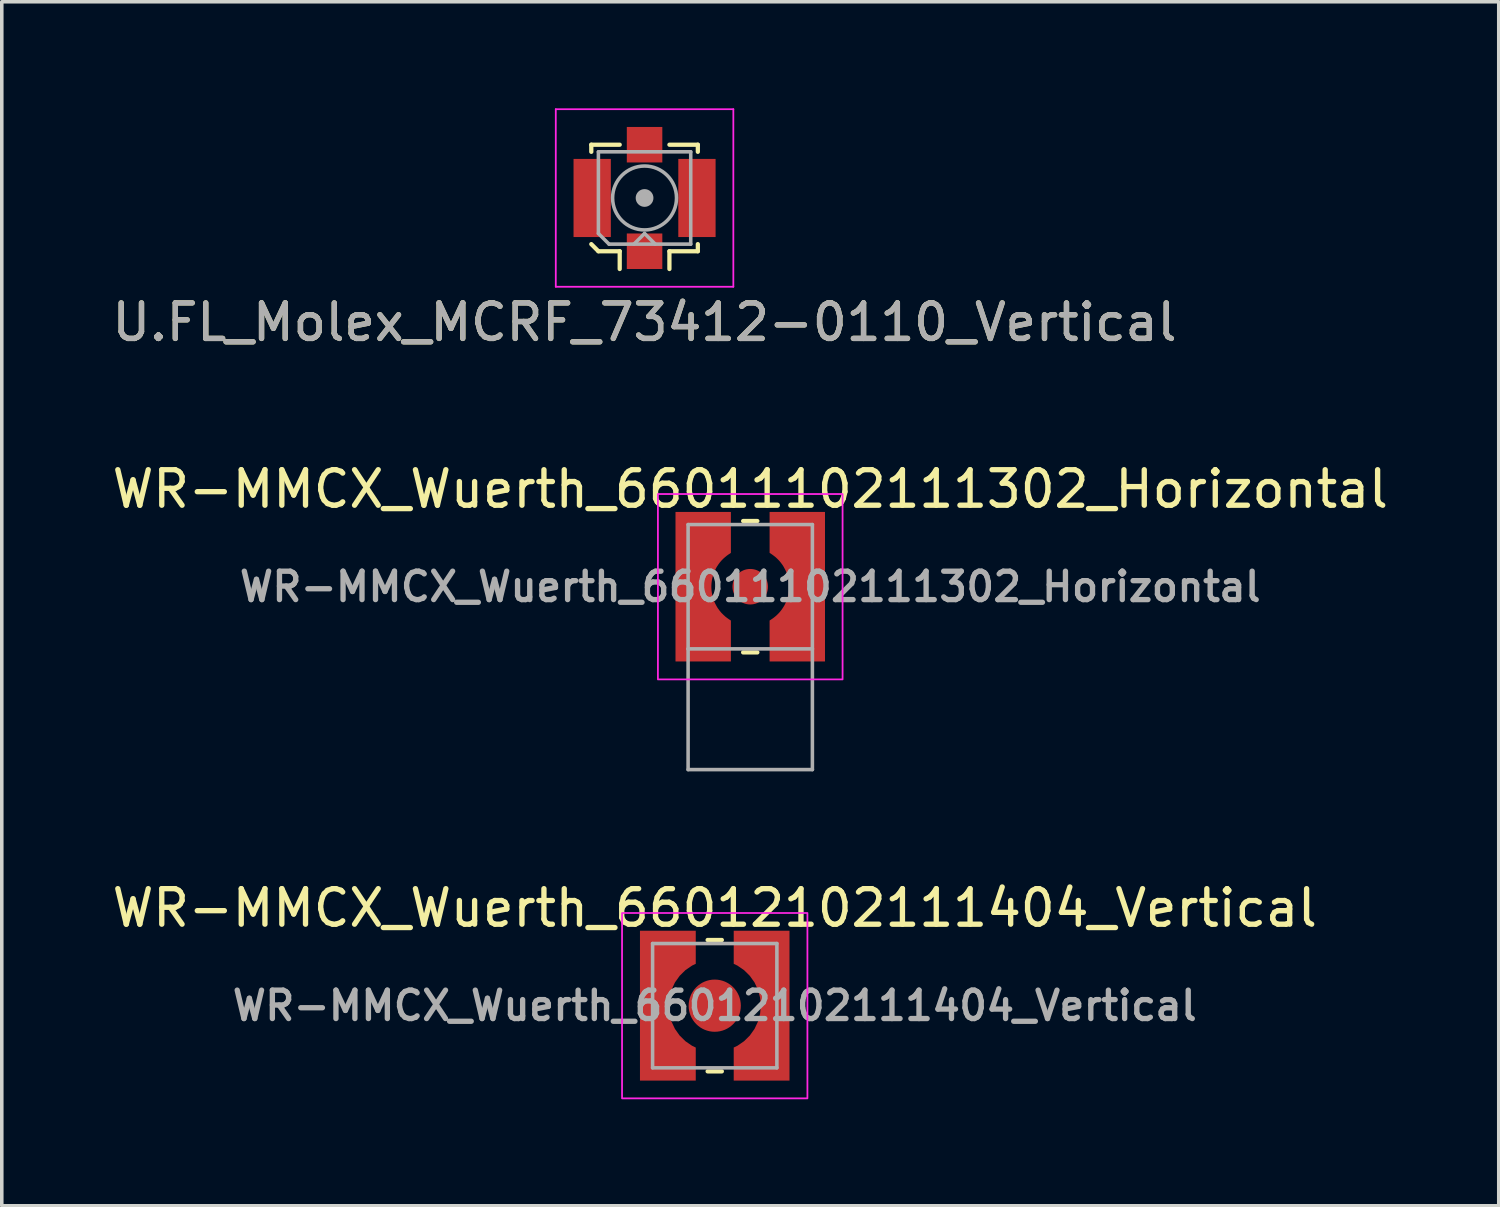
<source format=kicad_pcb>
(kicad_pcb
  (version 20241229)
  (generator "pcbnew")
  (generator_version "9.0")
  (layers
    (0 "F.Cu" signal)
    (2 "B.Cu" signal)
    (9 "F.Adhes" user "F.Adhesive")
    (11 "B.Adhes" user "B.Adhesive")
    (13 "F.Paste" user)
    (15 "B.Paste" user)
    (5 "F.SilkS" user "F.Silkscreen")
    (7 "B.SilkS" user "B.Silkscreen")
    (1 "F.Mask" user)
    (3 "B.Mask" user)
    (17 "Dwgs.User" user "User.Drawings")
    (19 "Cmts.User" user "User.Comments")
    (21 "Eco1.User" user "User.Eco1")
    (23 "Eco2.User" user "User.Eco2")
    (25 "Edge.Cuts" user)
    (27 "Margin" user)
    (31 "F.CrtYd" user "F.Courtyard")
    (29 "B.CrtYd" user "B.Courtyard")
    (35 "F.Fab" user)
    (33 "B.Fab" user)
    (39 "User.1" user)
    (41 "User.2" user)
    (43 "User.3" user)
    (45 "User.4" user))
  (footprint "WR-MMCX_Wuerth_66012102111404_Vertical"
    (layer "F.Cu")
    (at 17.077 25.27)
    (property "Reference" "WR-MMCX_Wuerth_66012102111404_Vertical" (at 0 -2.75 0) (unlocked yes) (layer "F.SilkS") (effects (font (size 1 1) (thickness 0.15))))
    (attr smd)
    (fp_line (start -0.2 -1.85) (end 0.2 -1.85) (stroke (width 0.12) (type solid)) (layer "F.SilkS"))
    (fp_line (start 0.2 1.85) (end -0.2 1.85) (stroke (width 0.12) (type solid)) (layer "F.SilkS"))
    (fp_poly (pts (xy -0.535 -1.179) (xy -0.535 -2.11) (xy -2.105 -2.11) (xy -2.105 -0.535) (xy -1.179 -0.535) (xy -1.129 -0.64) (xy -0.996 -0.832) (xy -0.832 -0.996) (xy -0.64 -1.129)) (stroke (width 0.001) (type solid)) (fill yes) (layer "F.Paste"))
    (fp_poly (pts (xy -0.535 1.179) (xy -0.64 1.129) (xy -0.832 0.996) (xy -0.996 0.832) (xy -1.129 0.64) (xy -1.179 0.535) (xy -2.105 0.535) (xy -2.105 2.11) (xy -0.535 2.11)) (stroke (width 0.001) (type solid)) (fill yes) (layer "F.Paste"))
    (fp_poly (pts (xy 0.996 -0.832) (xy 1.129 -0.64) (xy 1.179 -0.535) (xy 2.105 -0.535) (xy 2.105 -2.11) (xy 0.535 -2.11) (xy 0.535 -1.179) (xy 0.64 -1.129) (xy 0.832 -0.996)) (stroke (width 0.001) (type solid)) (fill yes) (layer "F.Paste"))
    (fp_poly (pts (xy 1.129 0.64) (xy 0.996 0.832) (xy 0.832 0.996) (xy 0.64 1.129) (xy 0.535 1.179) (xy 0.535 2.11) (xy 2.105 2.11) (xy 2.105 0.535) (xy 1.179 0.535)) (stroke (width 0.001) (type solid)) (fill yes) (layer "F.Paste"))
    (fp_rect (start -2.61 -2.61) (end 2.61 2.61) (stroke (width 0.05) (type default)) (fill no) (layer "F.CrtYd"))
    (fp_line (start -1.75 -1.75) (end 1.75 -1.75) (stroke (width 0.1) (type solid)) (layer "F.Fab"))
    (fp_line (start -1.75 1.75) (end -1.75 -1.75) (stroke (width 0.1) (type solid)) (layer "F.Fab"))
    (fp_line (start 1.75 -1.75) (end 1.75 1.75) (stroke (width 0.1) (type solid)) (layer "F.Fab"))
    (fp_line (start 1.75 1.75) (end -1.75 1.75) (stroke (width 0.1) (type solid)) (layer "F.Fab"))
    (fp_text user "${REFERENCE}" (at 0 0 0) (unlocked yes) (layer "F.Fab") (effects (font (size 0.8 0.8) (thickness 0.15))))
    (pad "1" smd circle (at 0 0) (size 1.47 1.47) (layers "F.Cu" "F.Mask" "F.Paste"))
    (pad "2" smd custom (at -1.71 0) (size 0.5 0.5) (layers "F.Cu" "F.Mask") (options (anchor circle)) (primitives (gr_poly (pts (xy -0.395 -2.11) (xy -0.395 2.11) (xy 1.175 2.11) (xy 1.175 1.179) (xy 1.072 1.13) (xy 0.884 1.001) (xy 0.721 0.84) (xy 0.589 0.654) (xy 0.492 0.448) (xy 0.432 0.227) (xy 0.412 0) (xy 0.432 -0.227) (xy 0.492 -0.448) (xy 0.589 -0.654) (xy 0.721 -0.84) (xy 0.884 -1.001) (xy 1.072 -1.13) (xy 1.175 -1.179) (xy 1.175 -2.11)) (width 0.001) (fill yes))))
    (pad "2" smd custom (at 1.67 0) (size 0.5 0.5) (layers "F.Cu" "F.Mask") (options (anchor circle)) (primitives (gr_poly (pts (xy -0.452 -0.448) (xy -0.392 -0.227) (xy -0.372 0) (xy -0.392 0.227) (xy -0.452 0.448) (xy -0.549 0.654) (xy -0.681 0.84) (xy -0.844 1.001) (xy -1.032 1.13) (xy -1.135 1.179) (xy -1.135 2.11) (xy 0.435 2.11) (xy 0.435 -2.11) (xy -1.135 -2.11) (xy -1.135 -1.179) (xy -1.032 -1.13) (xy -0.844 -1.001) (xy -0.681 -0.84) (xy -0.549 -0.654)) (width 0.001) (fill yes)))))
  (footprint "WR-MMCX_Wuerth_66011102111302_Horizontal"
    (layer "F.Cu")
    (at 18.077 13.472)
    (property "Reference" "WR-MMCX_Wuerth_66011102111302_Horizontal" (at 0 -2.75 0) (unlocked yes) (layer "F.SilkS") (effects (font (size 1 1) (thickness 0.15))))
    (attr smd)
    (fp_line (start -0.2 -1.85) (end 0.2 -1.85) (stroke (width 0.12) (type solid)) (layer "F.SilkS"))
    (fp_line (start 0.2 1.85) (end -0.2 1.85) (stroke (width 0.12) (type solid)) (layer "F.SilkS"))
    (fp_rect (start -2.6 -2.61) (end 2.6 2.61) (stroke (width 0.05) (type default)) (fill no) (layer "F.CrtYd"))
    (fp_line (start -1.75 -1.75) (end 1.75 -1.75) (stroke (width 0.1) (type solid)) (layer "F.Fab"))
    (fp_line (start -1.75 1.75) (end -1.75 -1.75) (stroke (width 0.1) (type solid)) (layer "F.Fab"))
    (fp_line (start -1.75 1.75) (end -1.75 5.15) (stroke (width 0.1) (type solid)) (layer "F.Fab"))
    (fp_line (start -1.75 5.15) (end 1.75 5.15) (stroke (width 0.1) (type solid)) (layer "F.Fab"))
    (fp_line (start 1.75 -1.75) (end 1.75 1.75) (stroke (width 0.1) (type solid)) (layer "F.Fab"))
    (fp_line (start 1.75 1.75) (end -1.75 1.75) (stroke (width 0.1) (type solid)) (layer "F.Fab"))
    (fp_line (start 1.75 5.15) (end 1.75 1.75) (stroke (width 0.1) (type solid)) (layer "F.Fab"))
    (fp_text user "${REFERENCE}" (at 0 0 0) (unlocked yes) (layer "F.Fab") (effects (font (size 0.8 0.8) (thickness 0.15))))
    (pad "" smd custom (at -1.6 -1.6 270) (size 0.5 0.5) (layers "F.Paste") (options (anchor rect)) (primitives (gr_poly (pts (xy -0.5 -1.05) (xy -0.5 0.5) (xy 1.05 0.5) (xy 1.05 -0.645) (xy 0.995 -0.68) (xy 0.94 -0.72) (xy 0.895 -0.755) (xy 0.845 -0.8) (xy 0.785 -0.86) (xy 0.735 -0.92) (xy 0.68 -0.995) (xy 0.65 -1.045) (xy 0.645 -1.05)) (width 0.01) (fill yes))))
    (pad "" smd custom (at -1.6 1.6) (size 0.5 0.5) (layers "F.Paste") (options (anchor rect)) (primitives (gr_poly (pts (xy -0.5 -1.05) (xy -0.5 0.5) (xy 1.05 0.5) (xy 1.05 -0.645) (xy 0.995 -0.68) (xy 0.94 -0.72) (xy 0.895 -0.755) (xy 0.845 -0.8) (xy 0.785 -0.86) (xy 0.735 -0.92) (xy 0.68 -0.995) (xy 0.65 -1.045) (xy 0.645 -1.05)) (width 0.01) (fill yes))))
    (pad "" smd custom (at 1.6 -1.6 180) (size 0.5 0.5) (layers "F.Paste") (options (anchor rect)) (primitives (gr_poly (pts (xy -0.5 -1.05) (xy -0.5 0.5) (xy 1.05 0.5) (xy 1.05 -0.645) (xy 0.995 -0.68) (xy 0.94 -0.72) (xy 0.895 -0.755) (xy 0.845 -0.8) (xy 0.785 -0.86) (xy 0.735 -0.92) (xy 0.68 -0.995) (xy 0.65 -1.045) (xy 0.645 -1.05)) (width 0.01) (fill yes))))
    (pad "" smd custom (at 1.6 1.6 90) (size 0.5 0.5) (layers "F.Paste") (options (anchor rect)) (primitives (gr_poly (pts (xy -0.5 -1.05) (xy -0.5 0.5) (xy 1.05 0.5) (xy 1.05 -0.645) (xy 0.995 -0.68) (xy 0.94 -0.72) (xy 0.895 -0.755) (xy 0.845 -0.8) (xy 0.785 -0.86) (xy 0.735 -0.92) (xy 0.68 -0.995) (xy 0.65 -1.045) (xy 0.645 -1.05)) (width 0.01) (fill yes))))
    (pad "1" smd circle (at 0 0) (size 1 1) (layers "F.Cu" "F.Mask" "F.Paste"))
    (pad "2" smd custom (at -1.6 0) (size 0.5 0.5) (layers "F.Cu" "F.Mask") (options (anchor rect)) (primitives (gr_poly (pts (xy 1.05 -0.955) (xy 1.05 -2.1) (xy -0.5 -2.1) (xy -0.5 2.1) (xy 1.05 2.1) (xy 1.05 0.955) (xy 0.995 0.92) (xy 0.94 0.88) (xy 0.895 0.845) (xy 0.845 0.8) (xy 0.785 0.74) (xy 0.735 0.68) (xy 0.68 0.605) (xy 0.65 0.555) (xy 0.605 0.47) (xy 0.575 0.4) (xy 0.545 0.315) (xy 0.53 0.255) (xy 0.515 0.18) (xy 0.505 0.11) (xy 0.5 0.03) (xy 0.5 -0.03) (xy 0.505 -0.11) (xy 0.515 -0.18) (xy 0.53 -0.255) (xy 0.55 -0.33) (xy 0.575 -0.4) (xy 0.61 -0.48) (xy 0.635 -0.53) (xy 0.665 -0.58) (xy 0.705 -0.64) (xy 0.735 -0.68) (xy 0.76 -0.71) (xy 0.795 -0.75) (xy 0.84 -0.795) (xy 0.89 -0.84) (xy 0.94 -0.88) (xy 0.975 -0.905) (xy 1.02 -0.935)) (width 0.01) (fill yes))))
    (pad "2" smd custom (at 1.6 0 180) (size 0.5 0.5) (layers "F.Cu" "F.Mask") (options (anchor rect)) (primitives (gr_poly (pts (xy 1.05 -0.955) (xy 1.05 -2.1) (xy -0.5 -2.1) (xy -0.5 2.1) (xy 1.05 2.1) (xy 1.05 0.955) (xy 0.995 0.92) (xy 0.94 0.88) (xy 0.895 0.845) (xy 0.845 0.8) (xy 0.785 0.74) (xy 0.735 0.68) (xy 0.68 0.605) (xy 0.65 0.555) (xy 0.605 0.47) (xy 0.575 0.4) (xy 0.545 0.315) (xy 0.53 0.255) (xy 0.515 0.18) (xy 0.505 0.11) (xy 0.5 0.03) (xy 0.5 -0.03) (xy 0.505 -0.11) (xy 0.515 -0.18) (xy 0.53 -0.255) (xy 0.55 -0.33) (xy 0.575 -0.4) (xy 0.61 -0.48) (xy 0.635 -0.53) (xy 0.665 -0.58) (xy 0.705 -0.64) (xy 0.735 -0.68) (xy 0.76 -0.71) (xy 0.795 -0.75) (xy 0.84 -0.795) (xy 0.89 -0.84) (xy 0.94 -0.88) (xy 0.975 -0.905) (xy 1.02 -0.935)) (width 0.01) (fill yes)))))
  (footprint "U.FL_Molex_MCRF_73412-0110_Vertical"
    (layer "F.Cu")
    (at 15.101 2.525)
    (property "Reference" "U.FL_Molex_MCRF_73412-0110_Vertical" (at 0 3.5 0) (layer "F.SilkS") (effects (font (size 1 1) (thickness 0.15))))
    (attr smd)
    (fp_line (start -1.5 -1.5) (end -0.7 -1.5) (stroke (width 0.12) (type solid)) (layer "F.SilkS"))
    (fp_line (start -1.5 -1.3) (end -1.5 -1.5) (stroke (width 0.12) (type solid)) (layer "F.SilkS"))
    (fp_line (start -1.3 1.5) (end -1.5 1.3) (stroke (width 0.12) (type solid)) (layer "F.SilkS"))
    (fp_line (start -0.7 1.5) (end -1.3 1.5) (stroke (width 0.12) (type solid)) (layer "F.SilkS"))
    (fp_line (start -0.7 1.5) (end -0.7 2) (stroke (width 0.12) (type solid)) (layer "F.SilkS"))
    (fp_line (start 0.7 -1.5) (end 1.5 -1.5) (stroke (width 0.12) (type solid)) (layer "F.SilkS"))
    (fp_line (start 0.7 1.5) (end 0.7 2) (stroke (width 0.12) (type solid)) (layer "F.SilkS"))
    (fp_line (start 1.5 -1.5) (end 1.5 -1.3) (stroke (width 0.12) (type solid)) (layer "F.SilkS"))
    (fp_line (start 1.5 1.3) (end 1.5 1.5) (stroke (width 0.12) (type solid)) (layer "F.SilkS"))
    (fp_line (start 1.5 1.5) (end 0.7 1.5) (stroke (width 0.12) (type solid)) (layer "F.SilkS"))
    (fp_line (start -2.5 -2.5) (end -2.5 2.5) (stroke (width 0.05) (type solid)) (layer "F.CrtYd"))
    (fp_line (start -2.5 2.5) (end 2.5 2.5) (stroke (width 0.05) (type solid)) (layer "F.CrtYd"))
    (fp_line (start 2.5 -2.5) (end -2.5 -2.5) (stroke (width 0.05) (type solid)) (layer "F.CrtYd"))
    (fp_line (start 2.5 2.5) (end 2.5 -2.5) (stroke (width 0.05) (type solid)) (layer "F.CrtYd"))
    (fp_line (start -1.3 -1.3) (end -1.3 1) (stroke (width 0.1) (type solid)) (layer "F.Fab"))
    (fp_line (start -1.3 -1.3) (end 1.3 -1.3) (stroke (width 0.1) (type solid)) (layer "F.Fab"))
    (fp_line (start -1.3 1) (end -1 1.3) (stroke (width 0.1) (type solid)) (layer "F.Fab"))
    (fp_line (start -1 1.3) (end 1.3 1.3) (stroke (width 0.1) (type solid)) (layer "F.Fab"))
    (fp_line (start -0.3 1.3) (end 0 1) (stroke (width 0.1) (type solid)) (layer "F.Fab"))
    (fp_line (start 0 1) (end 0.3 1.3) (stroke (width 0.1) (type solid)) (layer "F.Fab"))
    (fp_line (start 1.3 -1.3) (end 1.3 1.3) (stroke (width 0.1) (type solid)) (layer "F.Fab"))
    (fp_circle (center 0 0) (end 0 0.05) (stroke (width 0.1) (type solid)) (fill no) (layer "F.Fab"))
    (fp_circle (center 0 0) (end 0 0.125) (stroke (width 0.1) (type solid)) (fill no) (layer "F.Fab"))
    (fp_circle (center 0 0) (end 0 0.2) (stroke (width 0.1) (type solid)) (fill no) (layer "F.Fab"))
    (fp_circle (center 0 0) (end 0.9 0) (stroke (width 0.1) (type solid)) (fill no) (layer "F.Fab"))
    (fp_text user "${REFERENCE}" (at 0 3.5 0) (layer "F.Fab") (effects (font (size 1 1) (thickness 0.15))))
    (pad "1" smd rect (at 0 1.5) (size 1 1) (layers "F.Cu" "F.Mask" "F.Paste"))
    (pad "2" smd rect (at -1.475 0) (size 1.05 2.2) (layers "F.Cu" "F.Mask" "F.Paste"))
    (pad "2" smd rect (at 0 -1.5) (size 1 1) (layers "F.Cu" "F.Mask" "F.Paste"))
    (pad "2" smd rect (at 1.475 0) (size 1.05 2.2) (layers "F.Cu" "F.Mask" "F.Paste")))
  (gr_rect
    (start -3 -3)
    (end 39.155 30.905)
    (stroke (width 0.1) (type default))
    (fill no)
    (layer "Edge.Cuts")))
</source>
